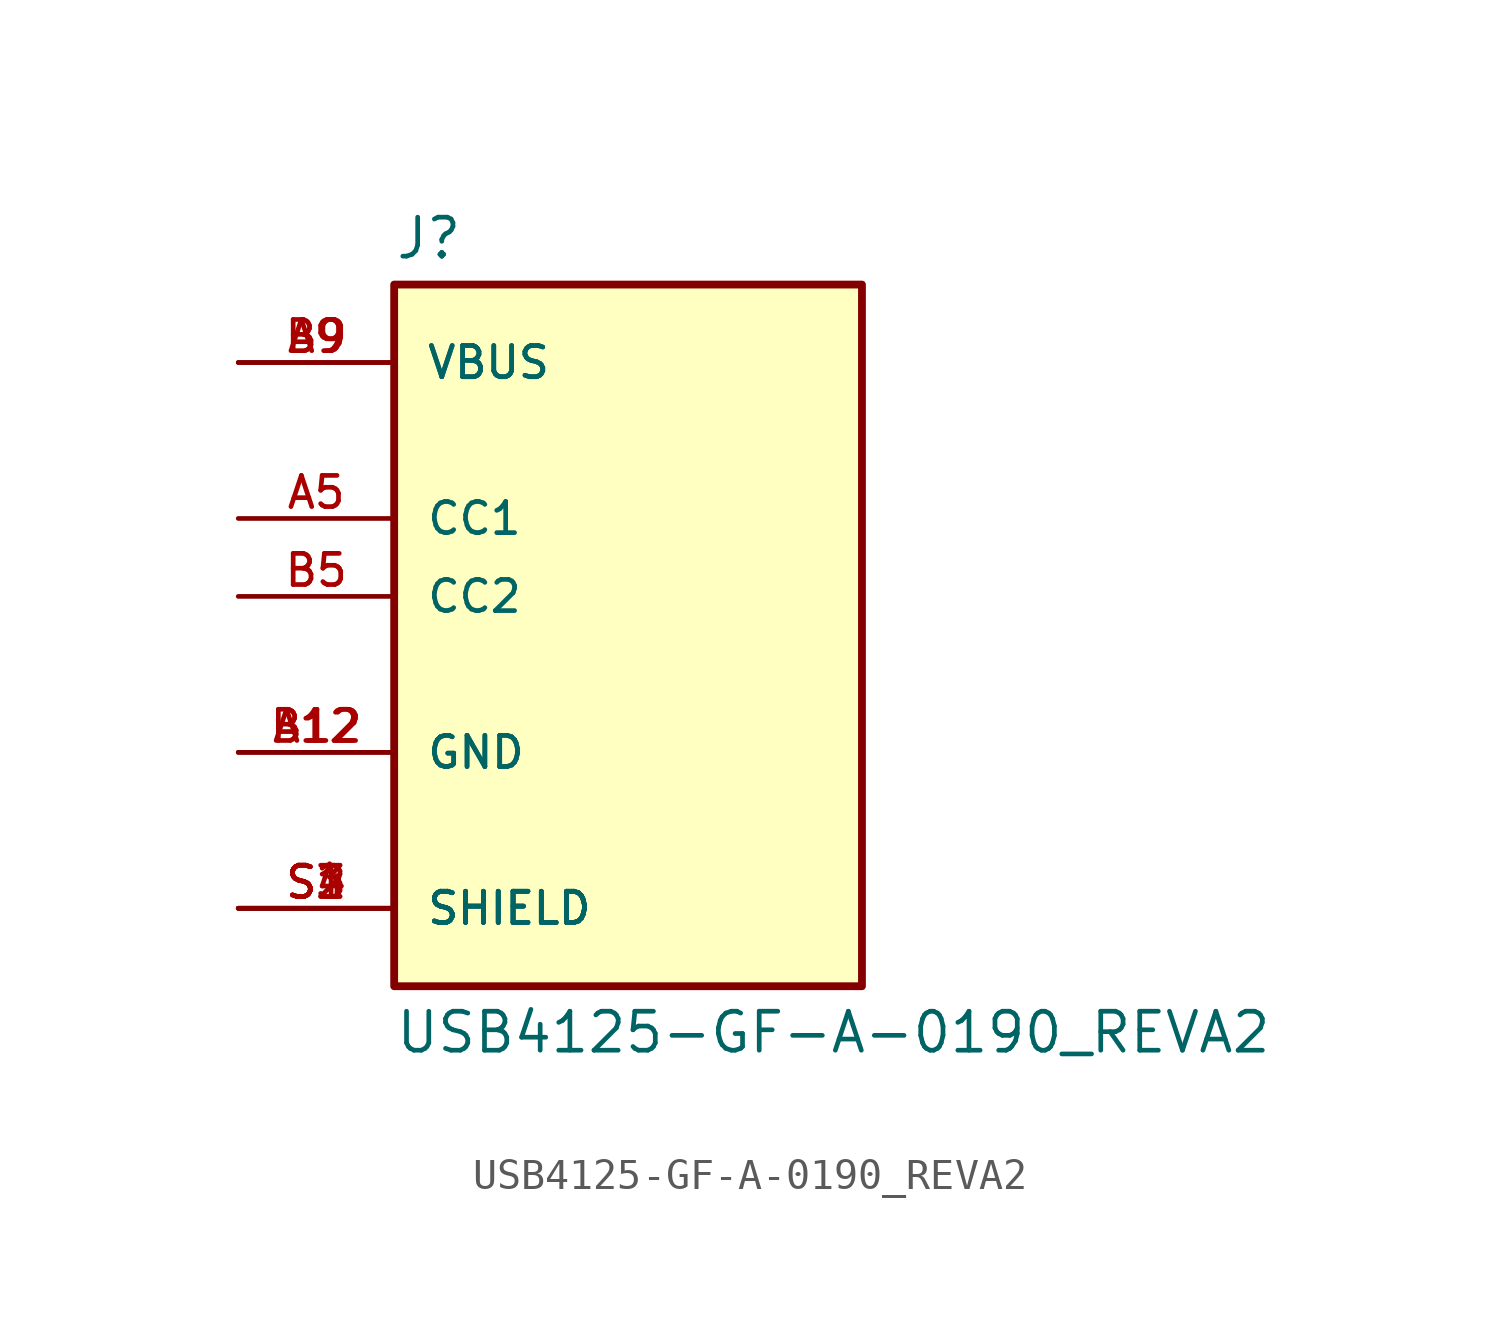
<source format=kicad_sym>
(kicad_symbol_lib
  (version 20211014)
  (generator kicad_symbol_editor)
  (symbol "USB4125-GF-A-0190_REVA2"
    (pin_names
      (offset 1.016))
    (property "Reference" "J"
      (at -7.62 10.922 0)
      (effects (font (size 1.27 1.27)) (justify bottom left)))
    (property "Value" "USB4125-GF-A-0190_REVA2"
      (at -7.62 -13.462 0.0)
      (effects (font (size 1.27 1.27)) (justify top left)))
    (symbol "USB4125-GF-A-0190_REVA2_0_0"
      (rectangle (start -7.62 -12.7) (end 7.62 10.16) (stroke (width 0.254)) (fill (type background)))
      (pin power_in line (at -12.7 -5.08 0) (length 5.08) (name "GND" (effects (font (size 1.016 1.016)))) (number "A12" (effects (font (size 1.016 1.016)))))
      (pin power_in line (at -12.7 -5.08 0) (length 5.08) (name "GND" (effects (font (size 1.016 1.016)))) (number "B12" (effects (font (size 1.016 1.016)))))
      (pin power_in line (at -12.7 7.62 0) (length 5.08) (name "VBUS" (effects (font (size 1.016 1.016)))) (number "A9" (effects (font (size 1.016 1.016)))))
      (pin power_in line (at -12.7 7.62 0) (length 5.08) (name "VBUS" (effects (font (size 1.016 1.016)))) (number "B9" (effects (font (size 1.016 1.016)))))
      (pin bidirectional line (at -12.7 2.54 0) (length 5.08) (name "CC1" (effects (font (size 1.016 1.016)))) (number "A5" (effects (font (size 1.016 1.016)))))
      (pin passive line (at -12.7 -10.16 0) (length 5.08) (name "SHIELD" (effects (font (size 1.016 1.016)))) (number "S1" (effects (font (size 1.016 1.016)))))
      (pin passive line (at -12.7 -10.16 0) (length 5.08) (name "SHIELD" (effects (font (size 1.016 1.016)))) (number "S2" (effects (font (size 1.016 1.016)))))
      (pin passive line (at -12.7 -10.16 0) (length 5.08) (name "SHIELD" (effects (font (size 1.016 1.016)))) (number "S3" (effects (font (size 1.016 1.016)))))
      (pin passive line (at -12.7 -10.16 0) (length 5.08) (name "SHIELD" (effects (font (size 1.016 1.016)))) (number "S4" (effects (font (size 1.016 1.016)))))
      (pin bidirectional line (at -12.7 0.0 0) (length 5.08) (name "CC2" (effects (font (size 1.016 1.016)))) (number "B5" (effects (font (size 1.016 1.016))))))))
</source>
